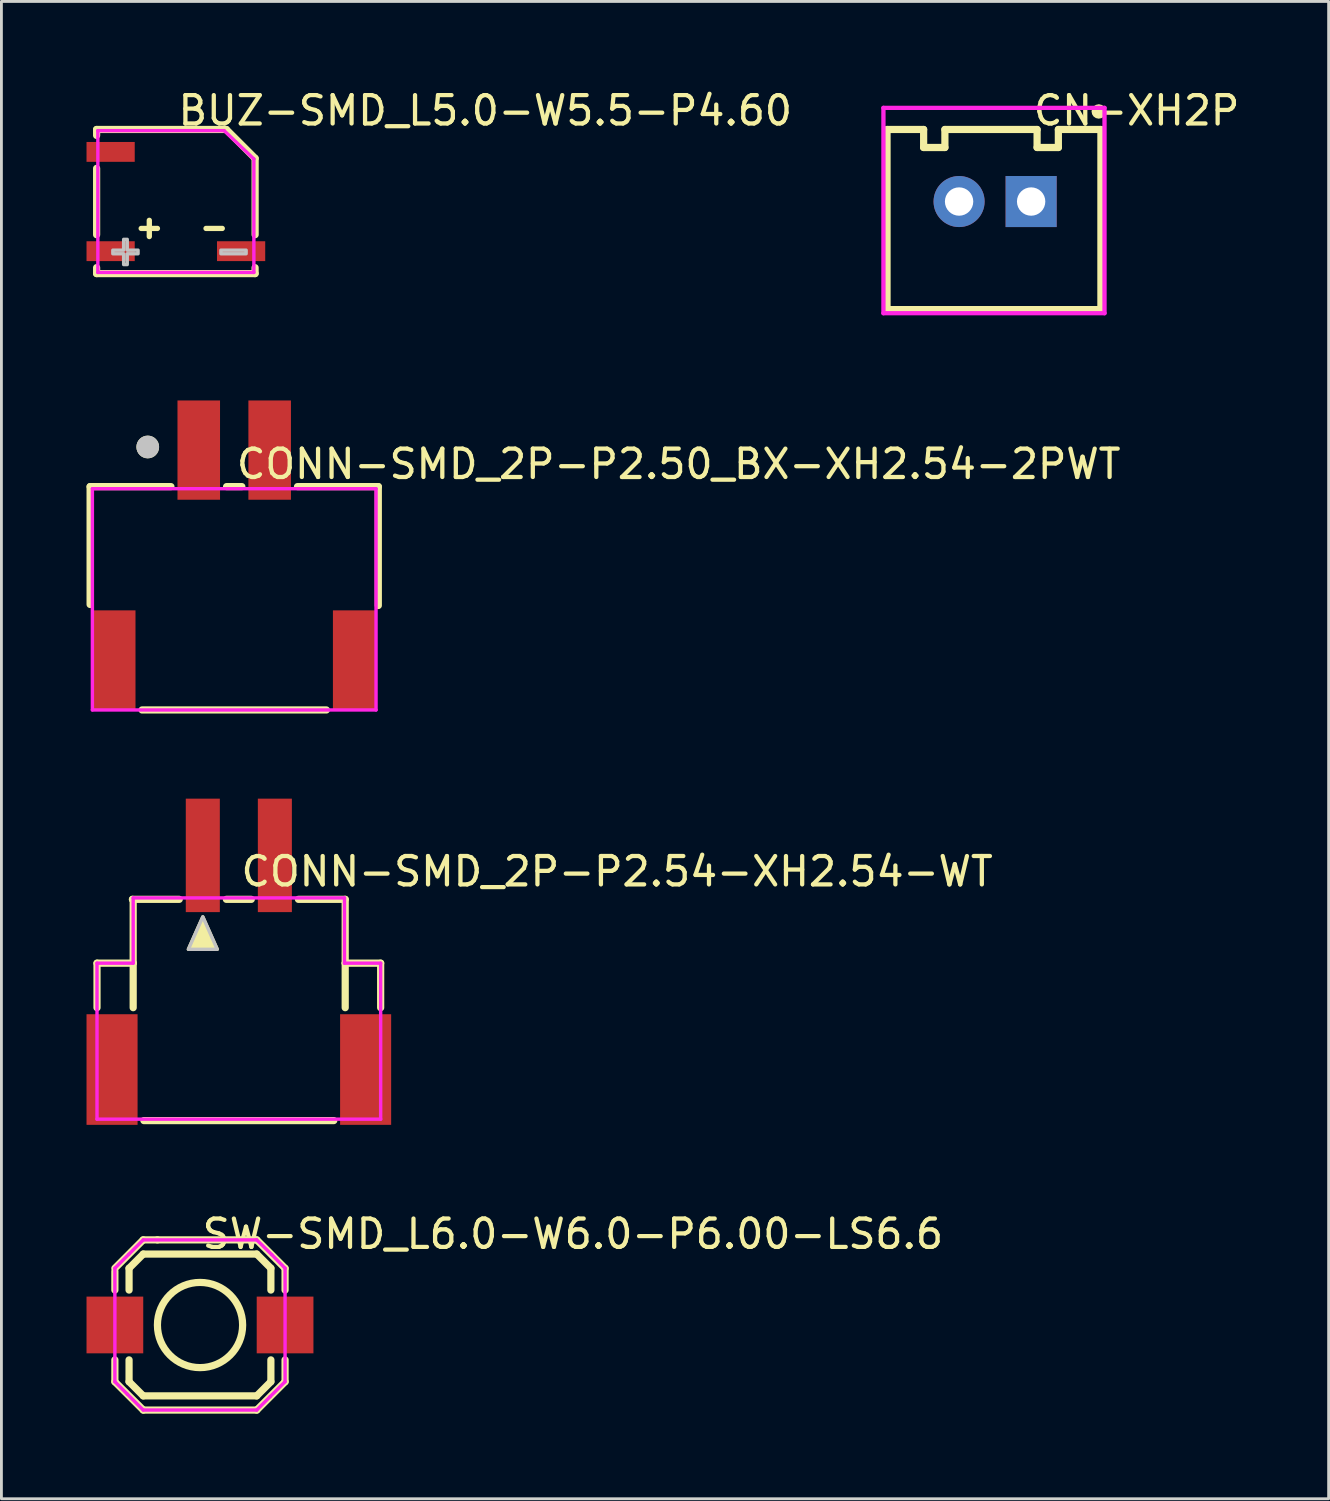
<source format=kicad_pcb>
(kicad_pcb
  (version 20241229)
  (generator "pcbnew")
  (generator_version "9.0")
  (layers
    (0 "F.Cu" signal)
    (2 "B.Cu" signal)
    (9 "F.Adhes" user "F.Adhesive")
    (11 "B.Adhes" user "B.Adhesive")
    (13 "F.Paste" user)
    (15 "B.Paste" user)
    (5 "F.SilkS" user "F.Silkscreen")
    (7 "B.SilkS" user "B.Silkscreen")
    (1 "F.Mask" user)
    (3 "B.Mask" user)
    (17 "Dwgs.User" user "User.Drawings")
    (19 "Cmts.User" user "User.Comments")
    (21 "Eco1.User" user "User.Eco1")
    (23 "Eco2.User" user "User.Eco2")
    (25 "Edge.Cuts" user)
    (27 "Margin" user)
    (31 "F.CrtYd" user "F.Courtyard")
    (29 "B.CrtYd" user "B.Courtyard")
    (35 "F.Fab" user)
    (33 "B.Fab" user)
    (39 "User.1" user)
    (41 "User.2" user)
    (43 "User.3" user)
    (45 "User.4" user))
  (footprint "CONN-SMD_2P-P2.50_BX-XH2.54-2PWT"
    (layer "F.Cu")
    (at 5.207 16.518)
    (property "Reference" "CONN-SMD_2P-P2.50_BX-XH2.54-2PWT" (at 0 -3.207 0) (layer "F.SilkS") (effects (font (size 1 1) (thickness 0.15)) (justify left)))
    (attr through_hole)
    (fp_line (start -5.08 -2.413) (end -5.08 1.742) (stroke (width 0.254) (type solid)) (layer "F.SilkS"))
    (fp_line (start -2.231 -2.413) (end -5.08 -2.413) (stroke (width 0.254) (type solid)) (layer "F.SilkS"))
    (fp_line (start 0.269 -2.413) (end -0.269 -2.413) (stroke (width 0.254) (type solid)) (layer "F.SilkS"))
    (fp_line (start 3.249 5.461) (end -3.249 5.461) (stroke (width 0.254) (type solid)) (layer "F.SilkS"))
    (fp_line (start 5.08 -2.413) (end 2.231 -2.413) (stroke (width 0.254) (type solid)) (layer "F.SilkS"))
    (fp_line (start 5.08 1.778) (end 5.08 -2.413) (stroke (width 0.254) (type solid)) (layer "F.SilkS"))
    (fp_circle (center -3.048 -3.81) (end -2.848 -3.81) (stroke (width 0.4) (type solid)) (fill no) (layer "F.SilkS"))
    (fp_circle (center -3.048 -3.81) (end -2.848 -3.81) (stroke (width 0.4) (type solid)) (fill no) (layer "Dwgs.User"))
    (fp_circle (center -5 -5.039) (end -4.97 -5.039) (stroke (width 0.06) (type solid)) (fill no) (layer "Eco2.User"))
    (fp_poly (pts (xy -4.48 2.2) (xy -3.98 2.2) (xy -3.98 5.2) (xy -4.48 5.2)) (stroke (width 0.12) (type solid)) (fill no) (layer "Eco2.User"))
    (fp_poly (pts (xy -1.57 -5.039) (xy -0.93 -5.039) (xy -0.93 -2.039) (xy -1.57 -2.039)) (stroke (width 0.12) (type solid)) (fill no) (layer "Eco2.User"))
    (fp_poly (pts (xy 0.93 -5.039) (xy 1.57 -5.039) (xy 1.57 -2.039) (xy 0.93 -2.039)) (stroke (width 0.12) (type solid)) (fill no) (layer "Eco2.User"))
    (fp_poly (pts (xy 3.98 2.2) (xy 4.48 2.2) (xy 4.48 5.2) (xy 3.98 5.2)) (stroke (width 0.12) (type solid)) (fill no) (layer "Eco2.User"))
    (fp_line (start -5 -2.339) (end 5 -2.339) (stroke (width 0.12) (type solid)) (layer "F.CrtYd"))
    (fp_line (start -5 5.461) (end -5 -2.339) (stroke (width 0.12) (type solid)) (layer "F.CrtYd"))
    (fp_line (start 5 -2.339) (end 5 5.461) (stroke (width 0.12) (type solid)) (layer "F.CrtYd"))
    (fp_line (start 5 5.461) (end -5 5.461) (stroke (width 0.12) (type solid)) (layer "F.CrtYd"))
    (pad "1" smd rect (at -1.25 -3.7) (size 1.5 3.5) (layers "F.Cu" "F.Mask" "F.Paste"))
    (pad "2" smd rect (at 1.25 -3.7) (size 1.5 3.5) (layers "F.Cu" "F.Mask" "F.Paste"))
    (pad "3" smd rect (at 4.23 3.7) (size 1.5 3.5) (layers "F.Cu" "F.Mask" "F.Paste"))
    (pad "4" smd rect (at -4.23 3.7) (size 1.5 3.5) (layers "F.Cu" "F.Mask" "F.Paste")))
  (footprint "CONN-SMD_2P-P2.54-XH2.54-WT"
    (layer "F.Cu")
    (at 5.37 30.881)
    (property "Reference" "CONN-SMD_2P-P2.54-XH2.54-WT" (at 0 -3.207 0) (layer "F.SilkS") (effects (font (size 1 1) (thickness 0.15)) (justify left)))
    (attr through_hole)
    (fp_line (start -5 0.025) (end -5 1.594) (stroke (width 0.254) (type solid)) (layer "F.SilkS"))
    (fp_line (start -3.725 -2.2) (end -3.75 -2.225) (stroke (width 0.254) (type solid)) (layer "F.SilkS"))
    (fp_line (start -3.725 0.025) (end -5 0.025) (stroke (width 0.254) (type solid)) (layer "F.SilkS"))
    (fp_line (start -3.725 0.025) (end -3.725 -2.2) (stroke (width 0.254) (type solid)) (layer "F.SilkS"))
    (fp_line (start -3.725 0.025) (end -3.725 1.594) (stroke (width 0.254) (type solid)) (layer "F.SilkS"))
    (fp_line (start -3.347 5.575) (end 3.347 5.575) (stroke (width 0.254) (type solid)) (layer "F.SilkS"))
    (fp_line (start -2.101 -2.225) (end -3.75 -2.225) (stroke (width 0.254) (type solid)) (layer "F.SilkS"))
    (fp_line (start 0.439 -2.225) (end -0.439 -2.225) (stroke (width 0.254) (type solid)) (layer "F.SilkS"))
    (fp_line (start 3.75 -2.225) (end 2.101 -2.225) (stroke (width 0.254) (type solid)) (layer "F.SilkS"))
    (fp_line (start 3.75 0.025) (end 3.75 -2.225) (stroke (width 0.254) (type solid)) (layer "F.SilkS"))
    (fp_line (start 3.75 0.025) (end 3.75 1.594) (stroke (width 0.254) (type solid)) (layer "F.SilkS"))
    (fp_line (start 5 0.025) (end 3.75 0.025) (stroke (width 0.254) (type solid)) (layer "F.SilkS"))
    (fp_line (start 5 0.025) (end 5 1.594) (stroke (width 0.254) (type solid)) (layer "F.SilkS"))
    (fp_poly (pts (xy -1.778 -0.464) (xy -0.889 -0.464) (xy -0.762 -0.464) (xy -1.27 -1.607)) (stroke (width 0.12) (type solid)) (fill yes) (layer "F.SilkS"))
    (fp_poly (pts (xy -1.778 -0.464) (xy -0.889 -0.464) (xy -0.762 -0.464) (xy -1.27 -1.607)) (stroke (width 0.12) (type solid)) (fill no) (layer "Dwgs.User"))
    (fp_circle (center -5 -5.075) (end -4.97 -5.075) (stroke (width 0.06) (type solid)) (fill no) (layer "Eco2.User"))
    (fp_poly (pts (xy -4.15 2.98) (xy -3.75 2.98) (xy -3.75 5.48) (xy -4.15 5.48)) (stroke (width 0.12) (type solid)) (fill no) (layer "Eco2.User"))
    (fp_poly (pts (xy -1.575 -5.075) (xy -0.965 -5.075) (xy -0.965 -2.075) (xy -1.575 -2.075)) (stroke (width 0.12) (type solid)) (fill no) (layer "Eco2.User"))
    (fp_poly (pts (xy 0.965 -5.075) (xy 1.575 -5.075) (xy 1.575 -2.075) (xy 0.965 -2.075)) (stroke (width 0.12) (type solid)) (fill no) (layer "Eco2.User"))
    (fp_poly (pts (xy 3.75 2.98) (xy 4.15 2.98) (xy 4.15 5.48) (xy 3.75 5.48)) (stroke (width 0.12) (type solid)) (fill no) (layer "Eco2.User"))
    (fp_line (start -5 0.025) (end -3.725 0.025) (stroke (width 0.12) (type solid)) (layer "F.CrtYd"))
    (fp_line (start -5 5.525) (end -5 0.025) (stroke (width 0.12) (type solid)) (layer "F.CrtYd"))
    (fp_line (start -3.725 -2.275) (end 3.725 -2.275) (stroke (width 0.12) (type solid)) (layer "F.CrtYd"))
    (fp_line (start -3.725 0.025) (end -3.725 -2.275) (stroke (width 0.12) (type solid)) (layer "F.CrtYd"))
    (fp_line (start 3.725 -2.275) (end 3.725 0.025) (stroke (width 0.12) (type solid)) (layer "F.CrtYd"))
    (fp_line (start 3.725 0.025) (end 5 0.025) (stroke (width 0.12) (type solid)) (layer "F.CrtYd"))
    (fp_line (start 5 0.025) (end 5 5.525) (stroke (width 0.12) (type solid)) (layer "F.CrtYd"))
    (fp_line (start 5 5.525) (end -5 5.525) (stroke (width 0.12) (type solid)) (layer "F.CrtYd"))
    (pad "1" smd rect (at -1.27 -3.775) (size 1.2 4) (layers "F.Cu" "F.Mask" "F.Paste"))
    (pad "2" smd rect (at 1.27 -3.775) (size 1.2 4) (layers "F.Cu" "F.Mask" "F.Paste"))
    (pad "3" smd rect (at 4.47 3.775) (size 1.8 3.9) (layers "F.Cu" "F.Mask" "F.Paste"))
    (pad "4" smd rect (at -4.47 3.775) (size 1.8 3.9) (layers "F.Cu" "F.Mask" "F.Paste")))
  (footprint "CN-XH2P"
    (layer "F.Cu")
    (at 33.302 4.055)
    (property "Reference" "CN-XH2P" (at 0 -3.207 0) (layer "F.SilkS") (effects (font (size 1 1) (thickness 0.15)) (justify left)))
    (attr through_hole)
    (fp_line (start -5.08 3.81) (end -5.08 -2.54) (stroke (width 0.254) (type solid)) (layer "F.SilkS"))
    (fp_line (start -3.79 -2.54) (end -5.08 -2.54) (stroke (width 0.254) (type solid)) (layer "F.SilkS"))
    (fp_line (start -3.79 -1.905) (end -3.79 -2.54) (stroke (width 0.254) (type solid)) (layer "F.SilkS"))
    (fp_line (start -3.04 -1.905) (end -3.79 -1.905) (stroke (width 0.254) (type solid)) (layer "F.SilkS"))
    (fp_line (start -3.04 -1.905) (end -3.04 -2.54) (stroke (width 0.254) (type solid)) (layer "F.SilkS"))
    (fp_line (start 0.21 -2.54) (end -3.04 -2.54) (stroke (width 0.254) (type solid)) (layer "F.SilkS"))
    (fp_line (start 0.21 -1.905) (end 0.21 -2.54) (stroke (width 0.254) (type solid)) (layer "F.SilkS"))
    (fp_line (start 0.96 -1.905) (end 0.21 -1.905) (stroke (width 0.254) (type solid)) (layer "F.SilkS"))
    (fp_line (start 0.96 -1.905) (end 0.96 -2.54) (stroke (width 0.254) (type solid)) (layer "F.SilkS"))
    (fp_line (start 2.46 -2.54) (end 0.96 -2.54) (stroke (width 0.254) (type solid)) (layer "F.SilkS"))
    (fp_line (start 2.46 3.81) (end -5.08 3.81) (stroke (width 0.254) (type solid)) (layer "F.SilkS"))
    (fp_line (start 2.46 3.81) (end 2.46 -2.54) (stroke (width 0.254) (type solid)) (layer "F.SilkS"))
    (fp_arc (start 2.389 -3.302) (mid 2.379817 -3.047898) (end 2.383365 -3.302141) (stroke (width 0.254) (type solid)) (layer "F.SilkS"))
    (fp_line (start -5.207 -3.302) (end 2.587 -3.302) (stroke (width 0.152) (type solid)) (layer "F.CrtYd"))
    (fp_line (start -5.207 3.937) (end -5.207 -3.302) (stroke (width 0.152) (type solid)) (layer "F.CrtYd"))
    (fp_line (start 2.587 -3.302) (end 2.587 3.937) (stroke (width 0.152) (type solid)) (layer "F.CrtYd"))
    (fp_line (start 2.587 3.937) (end -5.207 3.937) (stroke (width 0.152) (type solid)) (layer "F.CrtYd"))
    (pad "1" thru_hole rect (at 0 0 180) (size 1.8 1.8) (drill oval 1) (layers "*.Cu" "*.Mask"))
    (pad "2" thru_hole circle (at -2.54 0 180) (size 1.8 1.8) (drill oval 1) (layers "*.Cu" "*.Mask")))
  (footprint "SW-SMD_L6.0-W6.0-P6.00-LS6.6"
    (layer "F.Cu")
    (at 4 43.661)
    (property "Reference" "SW-SMD_L6.0-W6.0-P6.00-LS6.6" (at 0 -3.207 0) (layer "F.SilkS") (effects (font (size 1 1) (thickness 0.15)) (justify left)))
    (attr through_hole)
    (fp_line (start -3 -1.999) (end -2.002 -3) (stroke (width 0.254) (type solid)) (layer "F.SilkS"))
    (fp_line (start -3 -1.892) (end -3 -1.231) (stroke (width 0.254) (type solid)) (layer "F.SilkS"))
    (fp_line (start -3 1.231) (end -3 2.002) (stroke (width 0.254) (type solid)) (layer "F.SilkS"))
    (fp_line (start -2.5 -2) (end -2.5 -1.231) (stroke (width 0.254) (type solid)) (layer "F.SilkS"))
    (fp_line (start -2.5 -2) (end -2 -2.5) (stroke (width 0.254) (type solid)) (layer "F.SilkS"))
    (fp_line (start -2.5 1.231) (end -2.5 2) (stroke (width 0.254) (type solid)) (layer "F.SilkS"))
    (fp_line (start -2.002 -3) (end -1.501 -3) (stroke (width 0.254) (type solid)) (layer "F.SilkS"))
    (fp_line (start -2 -2.5) (end 2 -2.5) (stroke (width 0.254) (type solid)) (layer "F.SilkS"))
    (fp_line (start -2 2.5) (end -2.5 2) (stroke (width 0.254) (type solid)) (layer "F.SilkS"))
    (fp_line (start -1.999 3) (end -3 2.002) (stroke (width 0.254) (type solid)) (layer "F.SilkS"))
    (fp_line (start -1.501 -3) (end 2.002 -3) (stroke (width 0.254) (type solid)) (layer "F.SilkS"))
    (fp_line (start 2 -2.5) (end 2.5 -2) (stroke (width 0.254) (type solid)) (layer "F.SilkS"))
    (fp_line (start 2 2.5) (end -2 2.5) (stroke (width 0.254) (type solid)) (layer "F.SilkS"))
    (fp_line (start 2.002 -3) (end 3 -1.999) (stroke (width 0.254) (type solid)) (layer "F.SilkS"))
    (fp_line (start 2.002 3) (end -1.999 3) (stroke (width 0.254) (type solid)) (layer "F.SilkS"))
    (fp_line (start 2.5 -2) (end 2.5 -1.231) (stroke (width 0.254) (type solid)) (layer "F.SilkS"))
    (fp_line (start 2.5 1.231) (end 2.5 2) (stroke (width 0.254) (type solid)) (layer "F.SilkS"))
    (fp_line (start 2.5 2) (end 2 2.5) (stroke (width 0.254) (type solid)) (layer "F.SilkS"))
    (fp_line (start 3 -1.231) (end 3 -1.999) (stroke (width 0.254) (type solid)) (layer "F.SilkS"))
    (fp_line (start 3 2.002) (end 2.002 3) (stroke (width 0.254) (type solid)) (layer "F.SilkS"))
    (fp_line (start 3 2.002) (end 3 1.231) (stroke (width 0.254) (type solid)) (layer "F.SilkS"))
    (fp_circle (center 0.002 0.002) (end 1.504 0.002) (stroke (width 0.254) (type solid)) (fill no) (layer "F.SilkS"))
    (fp_circle (center -3.3 3) (end -3.27 3) (stroke (width 0.06) (type solid)) (fill no) (layer "Eco2.User"))
    (fp_poly (pts (xy -3.3 -0.7) (xy -1.9 -0.7) (xy -1.9 0.7) (xy -3.3 0.7)) (stroke (width 0.12) (type solid)) (fill no) (layer "Eco2.User"))
    (fp_poly (pts (xy 1.901 -0.7) (xy 3.301 -0.7) (xy 3.301 0.7) (xy 1.901 0.7)) (stroke (width 0.12) (type solid)) (fill no) (layer "Eco2.User"))
    (fp_line (start -3 -2) (end -2.51 -2.49) (stroke (width 0.12) (type solid)) (layer "F.CrtYd"))
    (fp_line (start -3 2) (end -3 -2) (stroke (width 0.12) (type solid)) (layer "F.CrtYd"))
    (fp_line (start -2.56 2.44) (end -3 2) (stroke (width 0.12) (type solid)) (layer "F.CrtYd"))
    (fp_line (start -2.51 -2.49) (end -2 -3) (stroke (width 0.12) (type solid)) (layer "F.CrtYd"))
    (fp_line (start -2 -3) (end 2 -3) (stroke (width 0.12) (type solid)) (layer "F.CrtYd"))
    (fp_line (start -2 3) (end -2.56 2.44) (stroke (width 0.12) (type solid)) (layer "F.CrtYd"))
    (fp_line (start 2 -3) (end 2.53 -2.48) (stroke (width 0.12) (type solid)) (layer "F.CrtYd"))
    (fp_line (start 2 3) (end -2 3) (stroke (width 0.12) (type solid)) (layer "F.CrtYd"))
    (fp_line (start 2.47 2.53) (end 2 3) (stroke (width 0.12) (type solid)) (layer "F.CrtYd"))
    (fp_line (start 2.53 -2.48) (end 3 -2) (stroke (width 0.12) (type solid)) (layer "F.CrtYd"))
    (fp_line (start 3 -2) (end 3 2) (stroke (width 0.12) (type solid)) (layer "F.CrtYd"))
    (fp_line (start 3 2) (end 2.47 2.53) (stroke (width 0.12) (type solid)) (layer "F.CrtYd"))
    (pad "1" smd rect (at -3 0) (size 2 2) (layers "F.Cu" "F.Mask" "F.Paste"))
    (pad "2" smd rect (at 3 0) (size 2 2) (layers "F.Cu" "F.Mask" "F.Paste")))
  (footprint "BUZ-SMD_L5.0-W5.5-P4.60"
    (layer "F.Cu")
    (at 3.15 4.055)
    (property "Reference" "BUZ-SMD_L5.0-W5.5-P4.60" (at 0 -3.207 0) (layer "F.SilkS") (effects (font (size 1 1) (thickness 0.15)) (justify left)))
    (attr through_hole)
    (fp_line (start -2.794 -2.54) (end 1.778 -2.54) (stroke (width 0.254) (type solid)) (layer "F.SilkS"))
    (fp_line (start -2.794 -2.331) (end -2.794 -2.54) (stroke (width 0.254) (type solid)) (layer "F.SilkS"))
    (fp_line (start -2.794 1.169) (end -2.794 -1.169) (stroke (width 0.254) (type solid)) (layer "F.SilkS"))
    (fp_line (start -2.794 2.54) (end -2.794 2.331) (stroke (width 0.254) (type solid)) (layer "F.SilkS"))
    (fp_line (start 1.778 -2.54) (end 2.794 -1.524) (stroke (width 0.254) (type solid)) (layer "F.SilkS"))
    (fp_line (start 2.793 2.332) (end 2.793 2.54) (stroke (width 0.254) (type solid)) (layer "F.SilkS"))
    (fp_line (start 2.793 2.54) (end -2.794 2.54) (stroke (width 0.254) (type solid)) (layer "F.SilkS"))
    (fp_line (start 2.794 -1.524) (end 2.794 1.169) (stroke (width 0.254) (type solid)) (layer "F.SilkS"))
    (fp_poly (pts (xy 1.588 1.714) (xy 2.477 1.714) (xy 2.477 1.841) (xy 1.588 1.841)) (stroke (width 0.12) (type solid)) (fill no) (layer "Dwgs.User"))
    (fp_poly (pts (xy -1.841 2.222) (xy -1.841 1.841) (xy -2.222 1.841) (xy -2.222 1.714) (xy -1.841 1.714) (xy -1.841 1.333) (xy -1.714 1.333) (xy -1.714 1.714) (xy -1.333 1.714) (xy -1.333 1.841) (xy -1.714 1.841) (xy -1.714 2.222) (xy -1.841 2.222)) (stroke (width 0.12) (type solid)) (fill no) (layer "Dwgs.User"))
    (fp_circle (center -2.75 2.5) (end -2.72 2.5) (stroke (width 0.06) (type solid)) (fill no) (layer "Eco2.User"))
    (fp_poly (pts (xy -2.75 -2.1) (xy -1.5 -2.1) (xy -1.5 -1.4) (xy -2.75 -1.4)) (stroke (width 0.12) (type solid)) (fill no) (layer "Eco2.User"))
    (fp_poly (pts (xy -2.75 1.4) (xy -1.5 1.4) (xy -1.5 2.1) (xy -2.75 2.1)) (stroke (width 0.12) (type solid)) (fill no) (layer "Eco2.User"))
    (fp_poly (pts (xy 1.5 1.4) (xy 2.75 1.4) (xy 2.75 2.1) (xy 1.5 2.1)) (stroke (width 0.12) (type solid)) (fill no) (layer "Eco2.User"))
    (fp_line (start -2.75 -2.5) (end 1.7 -2.5) (stroke (width 0.12) (type solid)) (layer "F.CrtYd"))
    (fp_line (start -2.75 2.5) (end -2.75 -2.5) (stroke (width 0.12) (type solid)) (layer "F.CrtYd"))
    (fp_line (start 1.7 -2.5) (end 2.75 -1.5) (stroke (width 0.12) (type solid)) (layer "F.CrtYd"))
    (fp_line (start 2.75 -1.5) (end 2.75 2.5) (stroke (width 0.12) (type solid)) (layer "F.CrtYd"))
    (fp_line (start 2.75 2.5) (end -2.75 2.5) (stroke (width 0.12) (type solid)) (layer "F.CrtYd"))
    (fp_text user "+" (at -1.524 0.897 0) (layer "F.SilkS") (effects (font (size 0.75 0.75) (thickness 0.203)) (justify left)))
    (fp_text user "-" (at 0.762 0.897 0) (layer "F.SilkS") (effects (font (size 0.75 0.75) (thickness 0.203)) (justify left)))
    (pad "1" smd rect (at -2.3 1.75) (size 1.7 0.7) (layers "F.Cu" "F.Mask" "F.Paste"))
    (pad "2" smd rect (at 2.3 1.75) (size 1.7 0.7) (layers "F.Cu" "F.Mask" "F.Paste"))
    (pad "3" smd rect (at -2.3 -1.75) (size 1.7 0.7) (layers "F.Cu" "F.Mask" "F.Paste")))
  (gr_rect
    (start -3 -3)
    (end 43.79 49.788)
    (stroke (width 0.1) (type default))
    (fill no)
    (layer "Edge.Cuts")))
</source>
